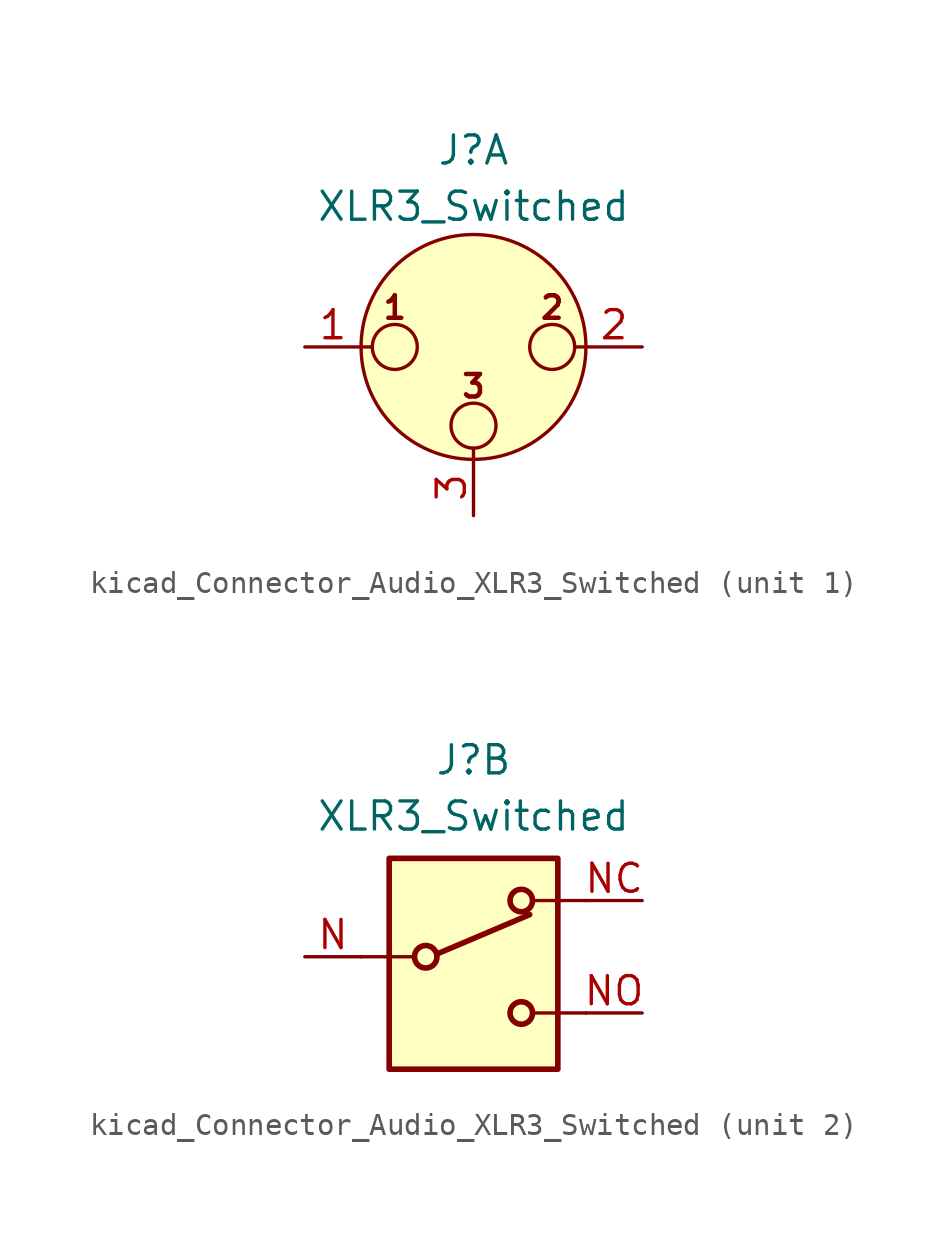
<source format=kicad_sym>
(kicad_symbol_lib
  (version 20220914)
  (generator kicad_symbol_editor)
  (symbol "kicad_Connector_Audio_XLR3_Switched"
    (pin_names hide)
    (property "Reference" "J"
      (at 0 8.89 0)
      (effects (font (size 1.27 1.27))))
    (property "Value" "XLR3_Switched"
      (at 0 6.35 0)
      (effects (font (size 1.27 1.27))))
    (symbol "kicad_Connector_Audio_XLR3_Switched_1_1"
      (circle (center -3.556 0) (radius 1.016) (stroke (width 0) (type default)) (fill (type none)))
      (circle (center 0 -3.556) (radius 1.016) (stroke (width 0) (type default)) (fill (type none)))
      (polyline (pts (xy -5.08 0) (xy -4.572 0)) (stroke (width 0) (type default)) (fill (type none)))
      (polyline (pts (xy 0 -5.08) (xy 0 -4.572)) (stroke (width 0) (type default)) (fill (type none)))
      (polyline (pts (xy 5.08 0) (xy 4.572 0)) (stroke (width 0) (type default)) (fill (type none)))
      (circle (center 0 0) (radius 5.08) (stroke (width 0) (type default)) (fill (type background)))
      (circle (center 3.556 0) (radius 1.016) (stroke (width 0) (type default)) (fill (type none)))
      (text "1" (at -3.556 1.778 0) (effects (font (size 1.016 1.016) bold)))
      (text "2" (at 3.556 1.778 0) (effects (font (size 1.016 1.016) bold)))
      (text "3" (at 0 -1.778 0) (effects (font (size 1.016 1.016) bold)))
      (pin passive line (at -7.62 0 0) (length 2.54) (name "~" (effects (font (size 1.27 1.27)))) (number "1" (effects (font (size 1.27 1.27)))))
      (pin passive line (at 7.62 0 180) (length 2.54) (name "~" (effects (font (size 1.27 1.27)))) (number "2" (effects (font (size 1.27 1.27)))))
      (pin passive line (at 0 -7.62 90) (length 2.54) (name "~" (effects (font (size 1.27 1.27)))) (number "3" (effects (font (size 1.27 1.27))))))
    (symbol "kicad_Connector_Audio_XLR3_Switched_2_1"
      (rectangle (start -3.81 4.445) (end 3.81 -5.08) (stroke (width 0.254) (type default)) (fill (type background)))
      (circle (center -2.159 0) (radius 0.508) (stroke (width 0.254) (type default)) (fill (type none)))
      (polyline (pts (xy -5.08 0) (xy -2.794 0)) (stroke (width 0) (type default)) (fill (type none)))
      (polyline (pts (xy -1.651 0.127) (xy 2.54 1.905)) (stroke (width 0.254) (type default)) (fill (type none)))
      (polyline (pts (xy 5.08 -2.54) (xy 2.794 -2.54)) (stroke (width 0) (type default)) (fill (type none)))
      (polyline (pts (xy 5.08 2.54) (xy 2.794 2.54)) (stroke (width 0) (type default)) (fill (type none)))
      (circle (center 2.159 -2.54) (radius 0.508) (stroke (width 0.254) (type default)) (fill (type none)))
      (circle (center 2.159 2.54) (radius 0.508) (stroke (width 0.254) (type default)) (fill (type none)))
      (pin passive line (at -7.62 0 0) (length 2.54) (name "~" (effects (font (size 1.27 1.27)))) (number "N" (effects (font (size 1.27 1.27)))))
      (pin passive line (at 7.62 2.54 180) (length 2.54) (name "~" (effects (font (size 1.27 1.27)))) (number "NC" (effects (font (size 1.27 1.27)))))
      (pin passive line (at 7.62 -2.54 180) (length 2.54) (name "~" (effects (font (size 1.27 1.27)))) (number "NO" (effects (font (size 1.27 1.27))))))))
</source>
